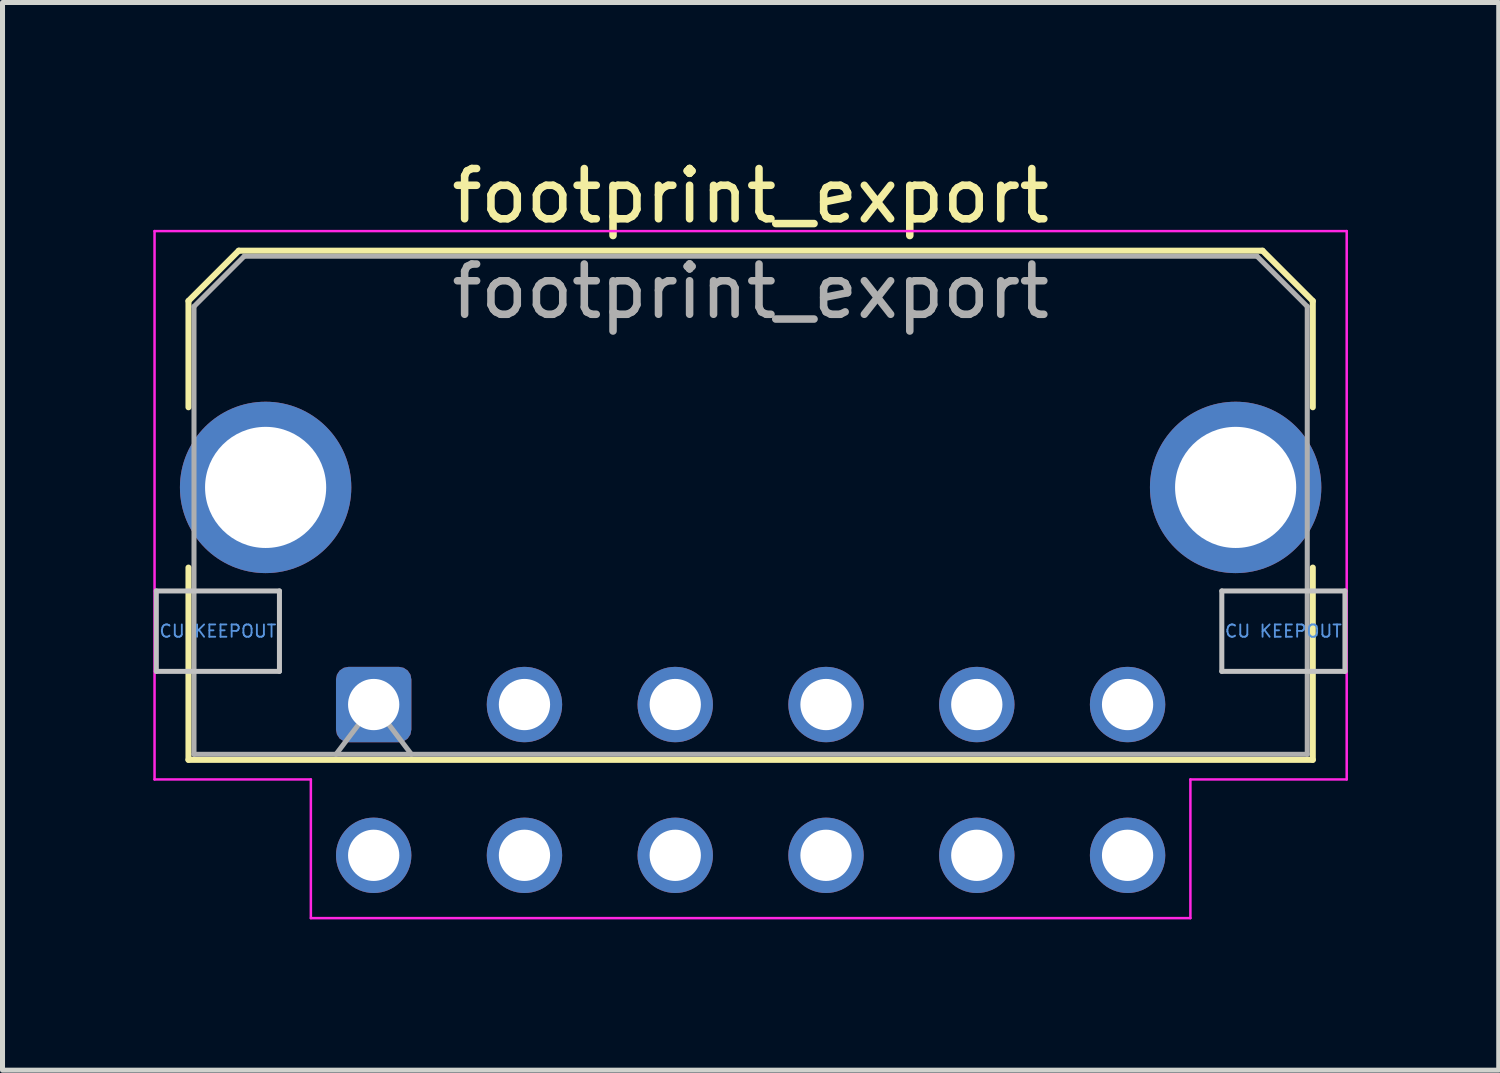
<source format=kicad_pcb>
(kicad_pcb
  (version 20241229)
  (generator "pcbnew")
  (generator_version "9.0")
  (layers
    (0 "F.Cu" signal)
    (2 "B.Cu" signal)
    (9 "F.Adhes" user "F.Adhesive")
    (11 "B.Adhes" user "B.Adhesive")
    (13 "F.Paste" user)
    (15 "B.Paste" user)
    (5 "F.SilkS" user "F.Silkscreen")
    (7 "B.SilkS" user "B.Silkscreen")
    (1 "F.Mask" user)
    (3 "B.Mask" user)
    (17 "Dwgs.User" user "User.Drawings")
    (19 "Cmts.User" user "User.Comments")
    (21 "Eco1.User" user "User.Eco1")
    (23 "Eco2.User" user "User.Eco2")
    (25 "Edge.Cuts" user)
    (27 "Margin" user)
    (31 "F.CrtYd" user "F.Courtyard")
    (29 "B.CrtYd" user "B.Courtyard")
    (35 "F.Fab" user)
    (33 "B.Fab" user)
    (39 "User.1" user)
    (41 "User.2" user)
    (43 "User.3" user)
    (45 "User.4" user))
  (footprint "footprint_export"
    (layer "F.Cu")
    (at 4.385 10.968)
    (property "Reference" "footprint_export" (at 7.5 -10.12 0) (layer "F.SilkS") (effects (font (size 1 1) (thickness 0.15))))
    (attr through_hole)
    (fp_line (start -3.685 -8.03) (end -2.685 -9.03) (stroke (width 0.12) (type solid)) (layer "F.SilkS"))
    (fp_line (start -3.685 -5.915) (end -3.685 -8.03) (stroke (width 0.12) (type solid)) (layer "F.SilkS"))
    (fp_line (start -3.685 -2.725) (end -3.685 1.1) (stroke (width 0.12) (type solid)) (layer "F.SilkS"))
    (fp_line (start -3.685 1.1) (end 18.685 1.1) (stroke (width 0.12) (type solid)) (layer "F.SilkS"))
    (fp_line (start -2.685 -9.03) (end 17.685 -9.03) (stroke (width 0.12) (type solid)) (layer "F.SilkS"))
    (fp_line (start 17.685 -9.03) (end 18.685 -8.03) (stroke (width 0.12) (type solid)) (layer "F.SilkS"))
    (fp_line (start 18.685 -8.03) (end 18.685 -5.915) (stroke (width 0.12) (type solid)) (layer "F.SilkS"))
    (fp_line (start 18.685 1.1) (end 18.685 -2.725) (stroke (width 0.12) (type solid)) (layer "F.SilkS"))
    (fp_line (start -4.325 -2.26) (end -4.325 -0.66) (stroke (width 0.1) (type solid)) (layer "Dwgs.User"))
    (fp_line (start -4.325 -0.66) (end -1.875 -0.66) (stroke (width 0.1) (type solid)) (layer "Dwgs.User"))
    (fp_line (start -1.875 -2.26) (end -4.325 -2.26) (stroke (width 0.1) (type solid)) (layer "Dwgs.User"))
    (fp_line (start -1.875 -0.66) (end -1.875 -2.26) (stroke (width 0.1) (type solid)) (layer "Dwgs.User"))
    (fp_line (start 16.875 -2.26) (end 16.875 -0.66) (stroke (width 0.1) (type solid)) (layer "Dwgs.User"))
    (fp_line (start 16.875 -0.66) (end 19.325 -0.66) (stroke (width 0.1) (type solid)) (layer "Dwgs.User"))
    (fp_line (start 19.325 -2.26) (end 16.875 -2.26) (stroke (width 0.1) (type solid)) (layer "Dwgs.User"))
    (fp_line (start 19.325 -0.66) (end 19.325 -2.26) (stroke (width 0.1) (type solid)) (layer "Dwgs.User"))
    (fp_line (start -4.36 -9.42) (end 19.36 -9.42) (stroke (width 0.05) (type solid)) (layer "F.CrtYd"))
    (fp_line (start -4.36 1.49) (end -4.36 -9.42) (stroke (width 0.05) (type solid)) (layer "F.CrtYd"))
    (fp_line (start -1.25 1.49) (end -4.36 1.49) (stroke (width 0.05) (type solid)) (layer "F.CrtYd"))
    (fp_line (start -1.25 4.25) (end -1.25 1.49) (stroke (width 0.05) (type solid)) (layer "F.CrtYd"))
    (fp_line (start 16.25 1.49) (end 16.25 4.25) (stroke (width 0.05) (type solid)) (layer "F.CrtYd"))
    (fp_line (start 16.25 4.25) (end -1.25 4.25) (stroke (width 0.05) (type solid)) (layer "F.CrtYd"))
    (fp_line (start 19.36 -9.42) (end 19.36 1.49) (stroke (width 0.05) (type solid)) (layer "F.CrtYd"))
    (fp_line (start 19.36 1.49) (end 16.25 1.49) (stroke (width 0.05) (type solid)) (layer "F.CrtYd"))
    (fp_line (start -3.575 -7.92) (end -2.575 -8.92) (stroke (width 0.1) (type solid)) (layer "F.Fab"))
    (fp_line (start -3.575 0.99) (end -3.575 -7.92) (stroke (width 0.1) (type solid)) (layer "F.Fab"))
    (fp_line (start -2.575 -8.92) (end 17.575 -8.92) (stroke (width 0.1) (type solid)) (layer "F.Fab"))
    (fp_line (start -0.75 0.99) (end 0 0) (stroke (width 0.1) (type solid)) (layer "F.Fab"))
    (fp_line (start 0 0) (end 0.75 0.99) (stroke (width 0.1) (type solid)) (layer "F.Fab"))
    (fp_line (start 17.575 -8.92) (end 18.575 -7.92) (stroke (width 0.1) (type solid)) (layer "F.Fab"))
    (fp_line (start 18.575 -7.92) (end 18.575 0.99) (stroke (width 0.1) (type solid)) (layer "F.Fab"))
    (fp_line (start 18.575 0.99) (end -3.575 0.99) (stroke (width 0.1) (type solid)) (layer "F.Fab"))
    (fp_text user "CU KEEPOUT" (at 18.1 -1.46 0) (layer "Cmts.User") (effects (font (size 0.245 0.245) (thickness 0.037))))
    (fp_text user "CU KEEPOUT" (at -3.1 -1.46 0) (layer "Cmts.User") (effects (font (size 0.245 0.245) (thickness 0.037))))
    (fp_text user "${REFERENCE}" (at 7.5 -8.22 0) (layer "F.Fab") (effects (font (size 1 1) (thickness 0.15))))
    (pad "1" thru_hole roundrect (at 0 0) (size 1.5 1.5) (drill 1.02) (layers "*.Cu" "*.Mask") (roundrect_rratio 0.167))
    (pad "2" thru_hole circle (at 3 0) (size 1.5 1.5) (drill 1.02) (layers "*.Cu" "*.Mask"))
    (pad "3" thru_hole circle (at 6 0) (size 1.5 1.5) (drill 1.02) (layers "*.Cu" "*.Mask"))
    (pad "4" thru_hole circle (at 9 0) (size 1.5 1.5) (drill 1.02) (layers "*.Cu" "*.Mask"))
    (pad "5" thru_hole circle (at 12 0) (size 1.5 1.5) (drill 1.02) (layers "*.Cu" "*.Mask"))
    (pad "6" thru_hole circle (at 15 0) (size 1.5 1.5) (drill 1.02) (layers "*.Cu" "*.Mask"))
    (pad "7" thru_hole circle (at 0 3) (size 1.5 1.5) (drill 1.02) (layers "*.Cu" "*.Mask"))
    (pad "8" thru_hole circle (at 3 3) (size 1.5 1.5) (drill 1.02) (layers "*.Cu" "*.Mask"))
    (pad "9" thru_hole circle (at 6 3) (size 1.5 1.5) (drill 1.02) (layers "*.Cu" "*.Mask"))
    (pad "10" thru_hole circle (at 9 3) (size 1.5 1.5) (drill 1.02) (layers "*.Cu" "*.Mask"))
    (pad "11" thru_hole circle (at 12 3) (size 1.5 1.5) (drill 1.02) (layers "*.Cu" "*.Mask"))
    (pad "12" thru_hole circle (at 15 3) (size 1.5 1.5) (drill 1.02) (layers "*.Cu" "*.Mask"))
    (pad "MP" thru_hole circle (at -2.15 -4.32) (size 3.41 3.41) (drill 2.41) (layers "*.Cu" "*.Mask"))
    (pad "MP" thru_hole circle (at 17.15 -4.32) (size 3.41 3.41) (drill 2.41) (layers "*.Cu" "*.Mask")))
  (gr_rect
    (start -3 -3)
    (end 26.77 18.243)
    (stroke (width 0.1) (type default))
    (fill no)
    (layer "Edge.Cuts")))
</source>
